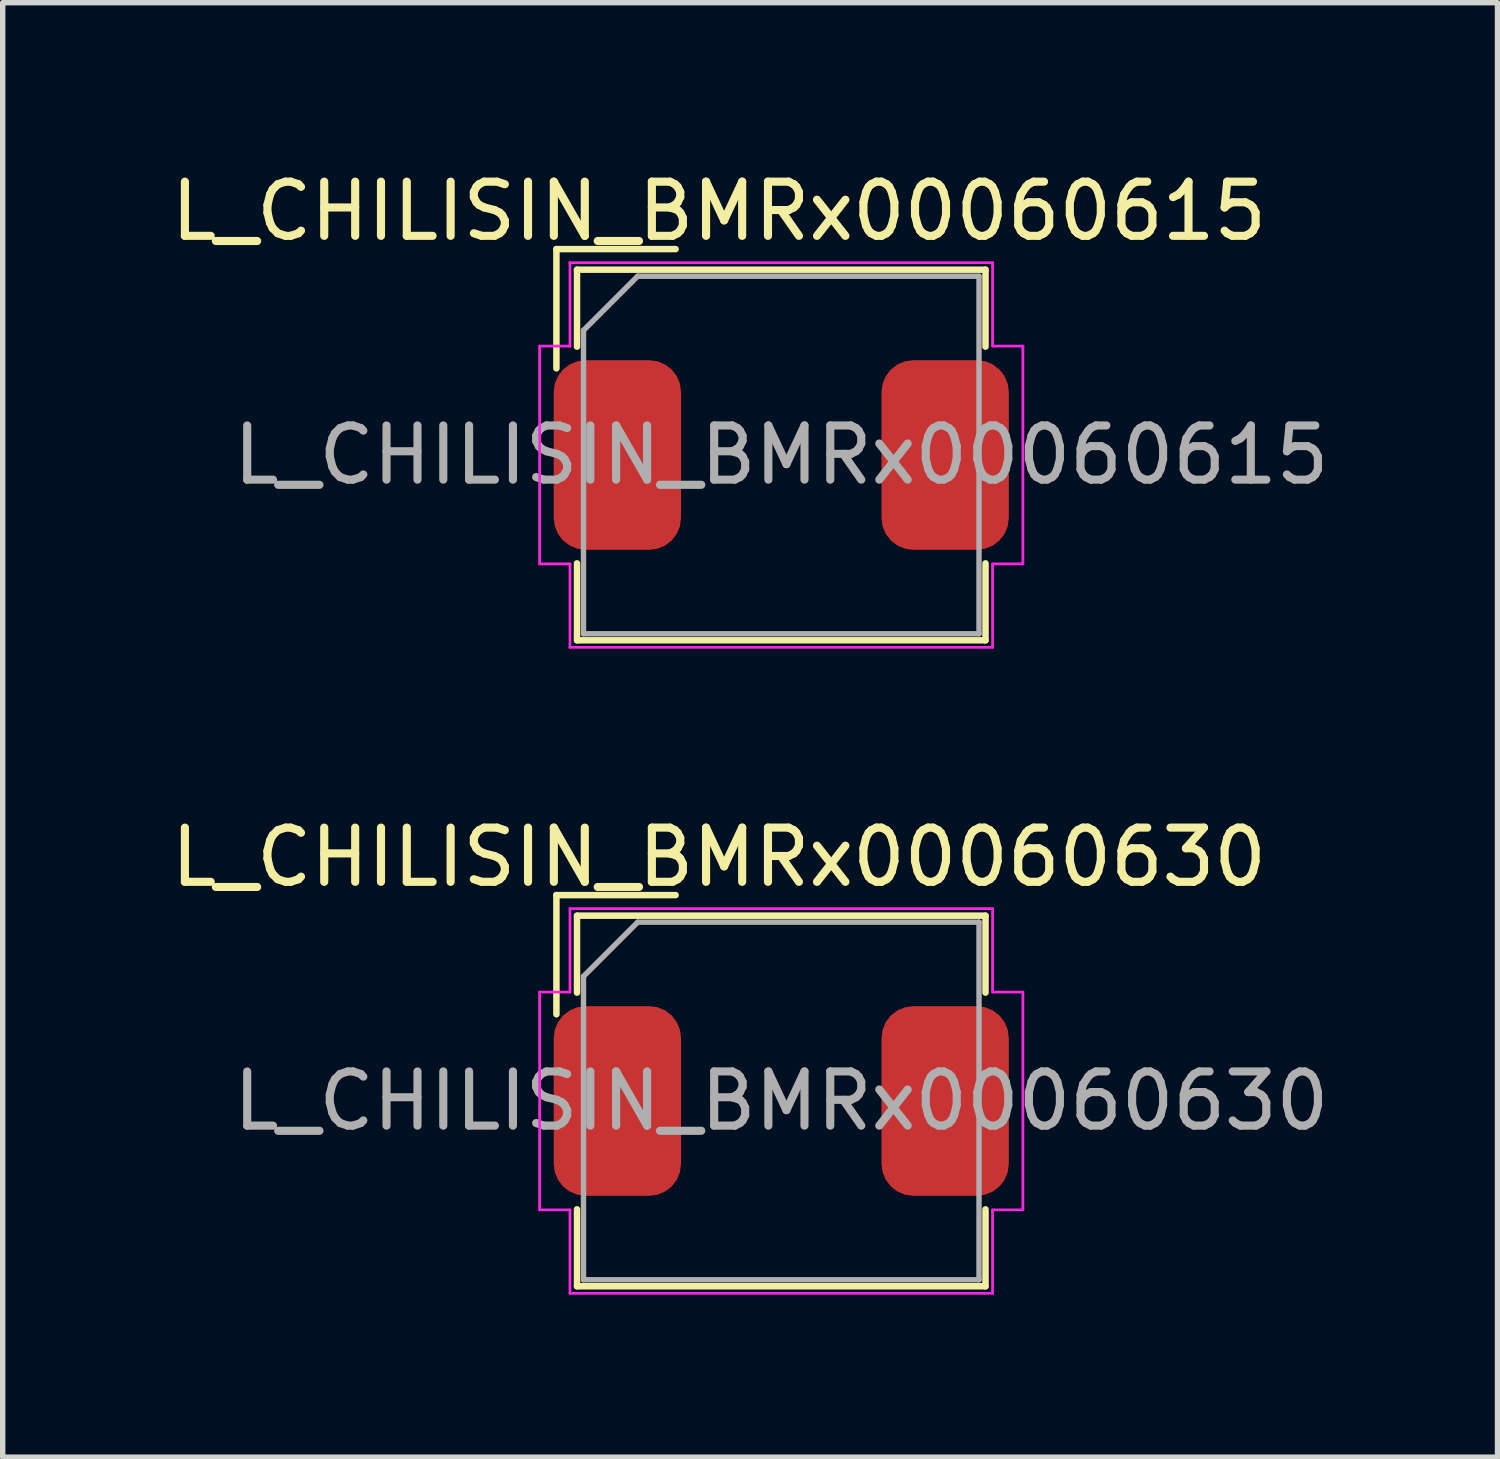
<source format=kicad_pcb>
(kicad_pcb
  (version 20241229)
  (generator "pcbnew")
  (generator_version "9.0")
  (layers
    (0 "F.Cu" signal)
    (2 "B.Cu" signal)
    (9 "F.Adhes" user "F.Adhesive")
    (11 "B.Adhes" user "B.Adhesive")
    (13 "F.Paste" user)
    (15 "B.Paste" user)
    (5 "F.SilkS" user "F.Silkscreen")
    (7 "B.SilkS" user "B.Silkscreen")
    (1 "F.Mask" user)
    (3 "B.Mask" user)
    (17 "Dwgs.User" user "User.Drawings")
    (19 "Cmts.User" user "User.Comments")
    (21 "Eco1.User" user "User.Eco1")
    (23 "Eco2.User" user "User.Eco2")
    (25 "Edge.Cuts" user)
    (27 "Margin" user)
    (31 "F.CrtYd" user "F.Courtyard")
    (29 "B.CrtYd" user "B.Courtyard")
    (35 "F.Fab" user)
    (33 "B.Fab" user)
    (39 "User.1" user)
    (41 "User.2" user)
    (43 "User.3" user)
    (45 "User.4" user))
  (footprint "L_CHILISIN_BMRx00060630"
    (layer "F.Cu")
    (at 11.37 17.271)
    (property "Reference" "L_CHILISIN_BMRx00060630" (at -1.15 -4.5 0) (layer "F.SilkS") (effects (font (size 1 1) (thickness 0.15))))
    (attr smd)
    (fp_line (start -4.15 -3.8) (end -1.95 -3.8) (stroke (width 0.12) (type solid)) (layer "F.SilkS"))
    (fp_line (start -4.15 -1.6) (end -4.15 -3.8) (stroke (width 0.12) (type solid)) (layer "F.SilkS"))
    (fp_line (start -3.77 -3.42) (end -3.77 -2) (stroke (width 0.12) (type solid)) (layer "F.SilkS"))
    (fp_line (start -3.77 -3.42) (end 3.77 -3.42) (stroke (width 0.12) (type solid)) (layer "F.SilkS"))
    (fp_line (start -3.77 2) (end -3.77 3.42) (stroke (width 0.12) (type solid)) (layer "F.SilkS"))
    (fp_line (start -3.77 3.42) (end 3.77 3.42) (stroke (width 0.12) (type solid)) (layer "F.SilkS"))
    (fp_line (start 3.77 -3.42) (end 3.77 -2) (stroke (width 0.12) (type solid)) (layer "F.SilkS"))
    (fp_line (start 3.77 2) (end 3.77 3.42) (stroke (width 0.12) (type solid)) (layer "F.SilkS"))
    (fp_line (start -4.46 -2.01) (end -4.46 2.01) (stroke (width 0.05) (type solid)) (layer "F.CrtYd"))
    (fp_line (start -4.46 2.01) (end -3.9 2.01) (stroke (width 0.05) (type solid)) (layer "F.CrtYd"))
    (fp_line (start -3.9 -3.55) (end -3.9 -2.01) (stroke (width 0.05) (type solid)) (layer "F.CrtYd"))
    (fp_line (start -3.9 -3.55) (end 3.9 -3.55) (stroke (width 0.05) (type solid)) (layer "F.CrtYd"))
    (fp_line (start -3.9 -2.01) (end -4.46 -2.01) (stroke (width 0.05) (type solid)) (layer "F.CrtYd"))
    (fp_line (start -3.9 2.01) (end -3.9 3.55) (stroke (width 0.05) (type solid)) (layer "F.CrtYd"))
    (fp_line (start -3.9 3.55) (end 3.9 3.55) (stroke (width 0.05) (type solid)) (layer "F.CrtYd"))
    (fp_line (start 3.9 -3.55) (end 3.9 -2.01) (stroke (width 0.05) (type solid)) (layer "F.CrtYd"))
    (fp_line (start 3.9 -2.01) (end 4.46 -2.01) (stroke (width 0.05) (type solid)) (layer "F.CrtYd"))
    (fp_line (start 3.9 2.01) (end 3.9 3.55) (stroke (width 0.05) (type solid)) (layer "F.CrtYd"))
    (fp_line (start 4.46 -2.01) (end 4.46 2.01) (stroke (width 0.05) (type solid)) (layer "F.CrtYd"))
    (fp_line (start 4.46 2.01) (end 3.9 2.01) (stroke (width 0.05) (type solid)) (layer "F.CrtYd"))
    (fp_line (start -3.65 -2.3) (end -2.65 -3.3) (stroke (width 0.1) (type solid)) (layer "F.Fab"))
    (fp_line (start -3.65 3.3) (end -3.65 -2.3) (stroke (width 0.1) (type solid)) (layer "F.Fab"))
    (fp_line (start -2.65 -3.3) (end 3.65 -3.3) (stroke (width 0.1) (type solid)) (layer "F.Fab"))
    (fp_line (start 3.65 -3.3) (end 3.65 3.3) (stroke (width 0.1) (type solid)) (layer "F.Fab"))
    (fp_line (start 3.65 3.3) (end -3.65 3.3) (stroke (width 0.1) (type solid)) (layer "F.Fab"))
    (fp_text user "" (at 0 0 0) (layer "F.SilkS") (effects (font (size 3 3) (thickness 0.15))))
    (fp_text user "${REFERENCE}" (at 0 0 0) (layer "F.Fab") (effects (font (size 1 1) (thickness 0.15))))
    (pad "1" smd roundrect (at -3.025 0) (size 2.35 3.5) (layers "F.Cu" "F.Mask" "F.Paste") (roundrect_rratio 0.25))
    (pad "2" smd roundrect (at 3.025 0) (size 2.35 3.5) (layers "F.Cu" "F.Mask" "F.Paste") (roundrect_rratio 0.25)))
  (footprint "L_CHILISIN_BMRx00060615"
    (layer "F.Cu")
    (at 11.37 5.348)
    (property "Reference" "L_CHILISIN_BMRx00060615" (at -1.15 -4.5 0) (layer "F.SilkS") (effects (font (size 1 1) (thickness 0.15))))
    (attr smd)
    (fp_line (start -4.15 -3.8) (end -1.95 -3.8) (stroke (width 0.12) (type solid)) (layer "F.SilkS"))
    (fp_line (start -4.15 -1.6) (end -4.15 -3.8) (stroke (width 0.12) (type solid)) (layer "F.SilkS"))
    (fp_line (start -3.77 -3.42) (end -3.77 -2) (stroke (width 0.12) (type solid)) (layer "F.SilkS"))
    (fp_line (start -3.77 -3.42) (end 3.77 -3.42) (stroke (width 0.12) (type solid)) (layer "F.SilkS"))
    (fp_line (start -3.77 2) (end -3.77 3.42) (stroke (width 0.12) (type solid)) (layer "F.SilkS"))
    (fp_line (start -3.77 3.42) (end 3.77 3.42) (stroke (width 0.12) (type solid)) (layer "F.SilkS"))
    (fp_line (start 3.77 -3.42) (end 3.77 -2) (stroke (width 0.12) (type solid)) (layer "F.SilkS"))
    (fp_line (start 3.77 2) (end 3.77 3.42) (stroke (width 0.12) (type solid)) (layer "F.SilkS"))
    (fp_line (start -4.46 -2.01) (end -4.46 2.01) (stroke (width 0.05) (type solid)) (layer "F.CrtYd"))
    (fp_line (start -4.46 2.01) (end -3.9 2.01) (stroke (width 0.05) (type solid)) (layer "F.CrtYd"))
    (fp_line (start -3.9 -3.55) (end -3.9 -2.01) (stroke (width 0.05) (type solid)) (layer "F.CrtYd"))
    (fp_line (start -3.9 -3.55) (end 3.9 -3.55) (stroke (width 0.05) (type solid)) (layer "F.CrtYd"))
    (fp_line (start -3.9 -2.01) (end -4.46 -2.01) (stroke (width 0.05) (type solid)) (layer "F.CrtYd"))
    (fp_line (start -3.9 2.01) (end -3.9 3.55) (stroke (width 0.05) (type solid)) (layer "F.CrtYd"))
    (fp_line (start -3.9 3.55) (end 3.9 3.55) (stroke (width 0.05) (type solid)) (layer "F.CrtYd"))
    (fp_line (start 3.9 -3.55) (end 3.9 -2.01) (stroke (width 0.05) (type solid)) (layer "F.CrtYd"))
    (fp_line (start 3.9 -2.01) (end 4.46 -2.01) (stroke (width 0.05) (type solid)) (layer "F.CrtYd"))
    (fp_line (start 3.9 2.01) (end 3.9 3.55) (stroke (width 0.05) (type solid)) (layer "F.CrtYd"))
    (fp_line (start 4.46 -2.01) (end 4.46 2.01) (stroke (width 0.05) (type solid)) (layer "F.CrtYd"))
    (fp_line (start 4.46 2.01) (end 3.9 2.01) (stroke (width 0.05) (type solid)) (layer "F.CrtYd"))
    (fp_line (start -3.65 -2.3) (end -2.65 -3.3) (stroke (width 0.1) (type solid)) (layer "F.Fab"))
    (fp_line (start -3.65 3.3) (end -3.65 -2.3) (stroke (width 0.1) (type solid)) (layer "F.Fab"))
    (fp_line (start -2.65 -3.3) (end 3.65 -3.3) (stroke (width 0.1) (type solid)) (layer "F.Fab"))
    (fp_line (start 3.65 -3.3) (end 3.65 3.3) (stroke (width 0.1) (type solid)) (layer "F.Fab"))
    (fp_line (start 3.65 3.3) (end -3.65 3.3) (stroke (width 0.1) (type solid)) (layer "F.Fab"))
    (fp_text user "" (at 0 0 0) (layer "F.SilkS") (effects (font (size 3 3) (thickness 0.15))))
    (fp_text user "${REFERENCE}" (at 0 0 0) (layer "F.Fab") (effects (font (size 1 1) (thickness 0.15))))
    (pad "1" smd roundrect (at -3.025 0) (size 2.35 3.5) (layers "F.Cu" "F.Mask" "F.Paste") (roundrect_rratio 0.25))
    (pad "2" smd roundrect (at 3.025 0) (size 2.35 3.5) (layers "F.Cu" "F.Mask" "F.Paste") (roundrect_rratio 0.25)))
  (gr_rect
    (start -3 -3)
    (end 24.59 23.846)
    (stroke (width 0.1) (type default))
    (fill no)
    (layer "Edge.Cuts")))
</source>
